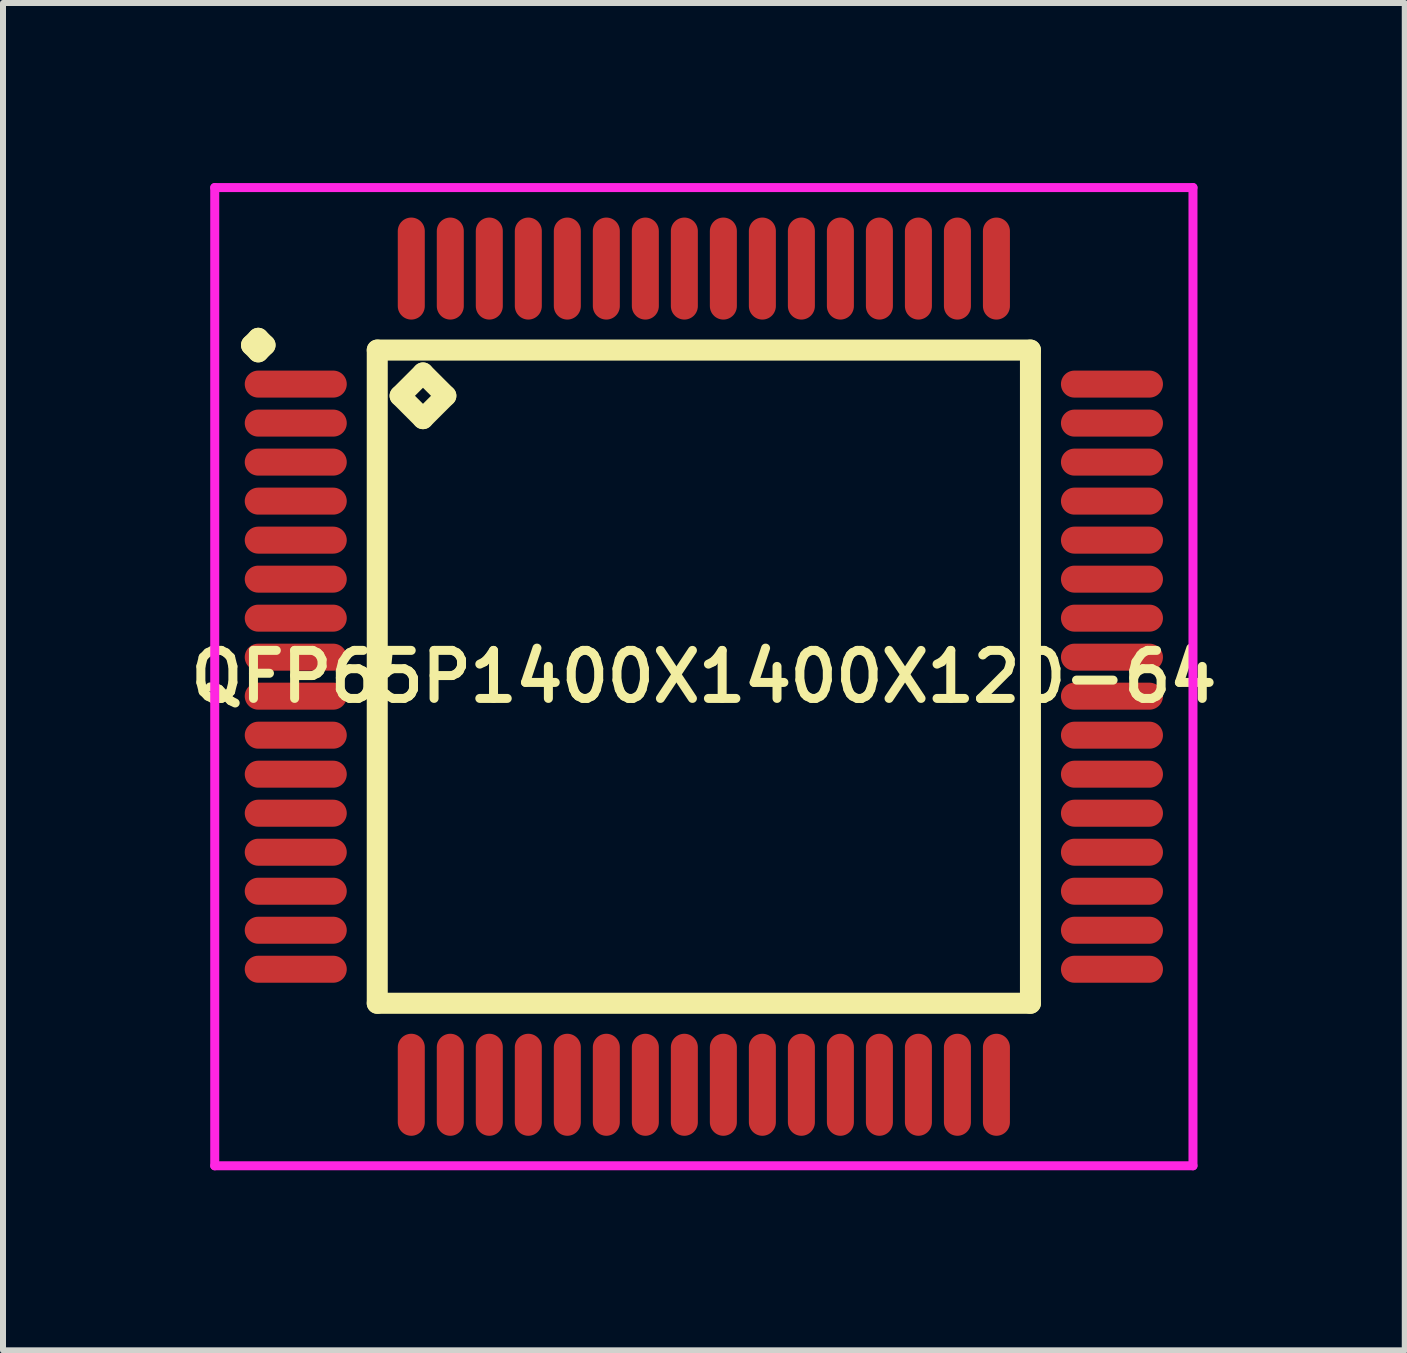
<source format=kicad_pcb>
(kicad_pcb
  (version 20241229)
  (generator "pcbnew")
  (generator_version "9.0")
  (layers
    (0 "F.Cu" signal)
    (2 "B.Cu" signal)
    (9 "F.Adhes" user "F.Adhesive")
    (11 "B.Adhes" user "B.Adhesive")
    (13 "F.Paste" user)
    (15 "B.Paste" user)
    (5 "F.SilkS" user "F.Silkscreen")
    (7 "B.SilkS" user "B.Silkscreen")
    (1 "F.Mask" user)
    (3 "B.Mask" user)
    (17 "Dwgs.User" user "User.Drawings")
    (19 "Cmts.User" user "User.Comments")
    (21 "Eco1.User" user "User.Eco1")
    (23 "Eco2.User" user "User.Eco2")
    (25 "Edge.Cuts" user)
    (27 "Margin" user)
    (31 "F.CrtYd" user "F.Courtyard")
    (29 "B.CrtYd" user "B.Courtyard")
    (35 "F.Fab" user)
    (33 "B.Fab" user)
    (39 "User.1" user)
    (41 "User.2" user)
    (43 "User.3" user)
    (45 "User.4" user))
  (footprint "QFP65P1400X1400X120-64"
    (layer "F.Cu")
    (at 8.678 8.225)
    (property "Reference" "QFP65P1400X1400X120-64" (at 0 0 0) (layer "F.SilkS") (effects (font (size 0.8 0.8) (thickness 0.15))))
    (attr smd)
    (fp_line (start -7.537 -5.525) (end -7.425 -5.638) (stroke (width 0.35) (type solid)) (layer "F.SilkS"))
    (fp_line (start -7.425 -5.638) (end -7.312 -5.525) (stroke (width 0.35) (type solid)) (layer "F.SilkS"))
    (fp_line (start -7.425 -5.412) (end -7.537 -5.525) (stroke (width 0.35) (type solid)) (layer "F.SilkS"))
    (fp_line (start -7.312 -5.525) (end -7.425 -5.412) (stroke (width 0.35) (type solid)) (layer "F.SilkS"))
    (fp_line (start -5.442 -5.442) (end -5.442 5.442) (stroke (width 0.35) (type solid)) (layer "F.SilkS"))
    (fp_line (start -5.442 5.442) (end 5.442 5.442) (stroke (width 0.35) (type solid)) (layer "F.SilkS"))
    (fp_line (start -5.061 -4.68) (end -4.68 -5.061) (stroke (width 0.35) (type solid)) (layer "F.SilkS"))
    (fp_line (start -4.68 -5.061) (end -4.299 -4.68) (stroke (width 0.35) (type solid)) (layer "F.SilkS"))
    (fp_line (start -4.68 -4.299) (end -5.061 -4.68) (stroke (width 0.35) (type solid)) (layer "F.SilkS"))
    (fp_line (start -4.299 -4.68) (end -4.68 -4.299) (stroke (width 0.35) (type solid)) (layer "F.SilkS"))
    (fp_line (start 5.442 -5.442) (end -5.442 -5.442) (stroke (width 0.35) (type solid)) (layer "F.SilkS"))
    (fp_line (start 5.442 5.442) (end 5.442 -5.442) (stroke (width 0.35) (type solid)) (layer "F.SilkS"))
    (fp_line (start -8.15 -8.15) (end 8.15 -8.15) (stroke (width 0.15) (type solid)) (layer "F.CrtYd"))
    (fp_line (start -8.15 8.15) (end -8.15 -8.15) (stroke (width 0.15) (type solid)) (layer "F.CrtYd"))
    (fp_line (start 8.15 -8.15) (end 8.15 8.15) (stroke (width 0.15) (type solid)) (layer "F.CrtYd"))
    (fp_line (start 8.15 8.15) (end -8.15 8.15) (stroke (width 0.15) (type solid)) (layer "F.CrtYd"))
    (pad "1" smd oval (at -6.8 -4.875) (size 1.7 0.45) (layers "F.Cu" "F.Mask" "F.Paste"))
    (pad "2" smd oval (at -6.8 -4.225) (size 1.7 0.45) (layers "F.Cu" "F.Mask" "F.Paste"))
    (pad "3" smd oval (at -6.8 -3.575) (size 1.7 0.45) (layers "F.Cu" "F.Mask" "F.Paste"))
    (pad "4" smd oval (at -6.8 -2.925) (size 1.7 0.45) (layers "F.Cu" "F.Mask" "F.Paste"))
    (pad "5" smd oval (at -6.8 -2.275) (size 1.7 0.45) (layers "F.Cu" "F.Mask" "F.Paste"))
    (pad "6" smd oval (at -6.8 -1.625) (size 1.7 0.45) (layers "F.Cu" "F.Mask" "F.Paste"))
    (pad "7" smd oval (at -6.8 -0.975) (size 1.7 0.45) (layers "F.Cu" "F.Mask" "F.Paste"))
    (pad "8" smd oval (at -6.8 -0.325) (size 1.7 0.45) (layers "F.Cu" "F.Mask" "F.Paste"))
    (pad "9" smd oval (at -6.8 0.325) (size 1.7 0.45) (layers "F.Cu" "F.Mask" "F.Paste"))
    (pad "10" smd oval (at -6.8 0.975) (size 1.7 0.45) (layers "F.Cu" "F.Mask" "F.Paste"))
    (pad "11" smd oval (at -6.8 1.625) (size 1.7 0.45) (layers "F.Cu" "F.Mask" "F.Paste"))
    (pad "12" smd oval (at -6.8 2.275) (size 1.7 0.45) (layers "F.Cu" "F.Mask" "F.Paste"))
    (pad "13" smd oval (at -6.8 2.925) (size 1.7 0.45) (layers "F.Cu" "F.Mask" "F.Paste"))
    (pad "14" smd oval (at -6.8 3.575) (size 1.7 0.45) (layers "F.Cu" "F.Mask" "F.Paste"))
    (pad "15" smd oval (at -6.8 4.225) (size 1.7 0.45) (layers "F.Cu" "F.Mask" "F.Paste"))
    (pad "16" smd oval (at -6.8 4.875) (size 1.7 0.45) (layers "F.Cu" "F.Mask" "F.Paste"))
    (pad "17" smd oval (at -4.875 6.8) (size 0.45 1.7) (layers "F.Cu" "F.Mask" "F.Paste"))
    (pad "18" smd oval (at -4.225 6.8) (size 0.45 1.7) (layers "F.Cu" "F.Mask" "F.Paste"))
    (pad "19" smd oval (at -3.575 6.8) (size 0.45 1.7) (layers "F.Cu" "F.Mask" "F.Paste"))
    (pad "20" smd oval (at -2.925 6.8) (size 0.45 1.7) (layers "F.Cu" "F.Mask" "F.Paste"))
    (pad "21" smd oval (at -2.275 6.8) (size 0.45 1.7) (layers "F.Cu" "F.Mask" "F.Paste"))
    (pad "22" smd oval (at -1.625 6.8) (size 0.45 1.7) (layers "F.Cu" "F.Mask" "F.Paste"))
    (pad "23" smd oval (at -0.975 6.8) (size 0.45 1.7) (layers "F.Cu" "F.Mask" "F.Paste"))
    (pad "24" smd oval (at -0.325 6.8) (size 0.45 1.7) (layers "F.Cu" "F.Mask" "F.Paste"))
    (pad "25" smd oval (at 0.325 6.8) (size 0.45 1.7) (layers "F.Cu" "F.Mask" "F.Paste"))
    (pad "26" smd oval (at 0.975 6.8) (size 0.45 1.7) (layers "F.Cu" "F.Mask" "F.Paste"))
    (pad "27" smd oval (at 1.625 6.8) (size 0.45 1.7) (layers "F.Cu" "F.Mask" "F.Paste"))
    (pad "28" smd oval (at 2.275 6.8) (size 0.45 1.7) (layers "F.Cu" "F.Mask" "F.Paste"))
    (pad "29" smd oval (at 2.925 6.8) (size 0.45 1.7) (layers "F.Cu" "F.Mask" "F.Paste"))
    (pad "30" smd oval (at 3.575 6.8) (size 0.45 1.7) (layers "F.Cu" "F.Mask" "F.Paste"))
    (pad "31" smd oval (at 4.225 6.8) (size 0.45 1.7) (layers "F.Cu" "F.Mask" "F.Paste"))
    (pad "32" smd oval (at 4.875 6.8) (size 0.45 1.7) (layers "F.Cu" "F.Mask" "F.Paste"))
    (pad "33" smd oval (at 6.8 4.875) (size 1.7 0.45) (layers "F.Cu" "F.Mask" "F.Paste"))
    (pad "34" smd oval (at 6.8 4.225) (size 1.7 0.45) (layers "F.Cu" "F.Mask" "F.Paste"))
    (pad "35" smd oval (at 6.8 3.575) (size 1.7 0.45) (layers "F.Cu" "F.Mask" "F.Paste"))
    (pad "36" smd oval (at 6.8 2.925) (size 1.7 0.45) (layers "F.Cu" "F.Mask" "F.Paste"))
    (pad "37" smd oval (at 6.8 2.275) (size 1.7 0.45) (layers "F.Cu" "F.Mask" "F.Paste"))
    (pad "38" smd oval (at 6.8 1.625) (size 1.7 0.45) (layers "F.Cu" "F.Mask" "F.Paste"))
    (pad "39" smd oval (at 6.8 0.975) (size 1.7 0.45) (layers "F.Cu" "F.Mask" "F.Paste"))
    (pad "40" smd oval (at 6.8 0.325) (size 1.7 0.45) (layers "F.Cu" "F.Mask" "F.Paste"))
    (pad "41" smd oval (at 6.8 -0.325) (size 1.7 0.45) (layers "F.Cu" "F.Mask" "F.Paste"))
    (pad "42" smd oval (at 6.8 -0.975) (size 1.7 0.45) (layers "F.Cu" "F.Mask" "F.Paste"))
    (pad "43" smd oval (at 6.8 -1.625) (size 1.7 0.45) (layers "F.Cu" "F.Mask" "F.Paste"))
    (pad "44" smd oval (at 6.8 -2.275) (size 1.7 0.45) (layers "F.Cu" "F.Mask" "F.Paste"))
    (pad "45" smd oval (at 6.8 -2.925) (size 1.7 0.45) (layers "F.Cu" "F.Mask" "F.Paste"))
    (pad "46" smd oval (at 6.8 -3.575) (size 1.7 0.45) (layers "F.Cu" "F.Mask" "F.Paste"))
    (pad "47" smd oval (at 6.8 -4.225) (size 1.7 0.45) (layers "F.Cu" "F.Mask" "F.Paste"))
    (pad "48" smd oval (at 6.8 -4.875) (size 1.7 0.45) (layers "F.Cu" "F.Mask" "F.Paste"))
    (pad "49" smd oval (at 4.875 -6.8) (size 0.45 1.7) (layers "F.Cu" "F.Mask" "F.Paste"))
    (pad "50" smd oval (at 4.225 -6.8) (size 0.45 1.7) (layers "F.Cu" "F.Mask" "F.Paste"))
    (pad "51" smd oval (at 3.575 -6.8) (size 0.45 1.7) (layers "F.Cu" "F.Mask" "F.Paste"))
    (pad "52" smd oval (at 2.925 -6.8) (size 0.45 1.7) (layers "F.Cu" "F.Mask" "F.Paste"))
    (pad "53" smd oval (at 2.275 -6.8) (size 0.45 1.7) (layers "F.Cu" "F.Mask" "F.Paste"))
    (pad "54" smd oval (at 1.625 -6.8) (size 0.45 1.7) (layers "F.Cu" "F.Mask" "F.Paste"))
    (pad "55" smd oval (at 0.975 -6.8) (size 0.45 1.7) (layers "F.Cu" "F.Mask" "F.Paste"))
    (pad "56" smd oval (at 0.325 -6.8) (size 0.45 1.7) (layers "F.Cu" "F.Mask" "F.Paste"))
    (pad "57" smd oval (at -0.325 -6.8) (size 0.45 1.7) (layers "F.Cu" "F.Mask" "F.Paste"))
    (pad "58" smd oval (at -0.975 -6.8) (size 0.45 1.7) (layers "F.Cu" "F.Mask" "F.Paste"))
    (pad "59" smd oval (at -1.625 -6.8) (size 0.45 1.7) (layers "F.Cu" "F.Mask" "F.Paste"))
    (pad "60" smd oval (at -2.275 -6.8) (size 0.45 1.7) (layers "F.Cu" "F.Mask" "F.Paste"))
    (pad "61" smd oval (at -2.925 -6.8) (size 0.45 1.7) (layers "F.Cu" "F.Mask" "F.Paste"))
    (pad "62" smd oval (at -3.575 -6.8) (size 0.45 1.7) (layers "F.Cu" "F.Mask" "F.Paste"))
    (pad "63" smd oval (at -4.225 -6.8) (size 0.45 1.7) (layers "F.Cu" "F.Mask" "F.Paste"))
    (pad "64" smd oval (at -4.875 -6.8) (size 0.45 1.7) (layers "F.Cu" "F.Mask" "F.Paste")))
  (gr_rect
    (start -3 -3)
    (end 20.357 19.45)
    (stroke (width 0.1) (type default))
    (fill no)
    (layer "Edge.Cuts")))
</source>
